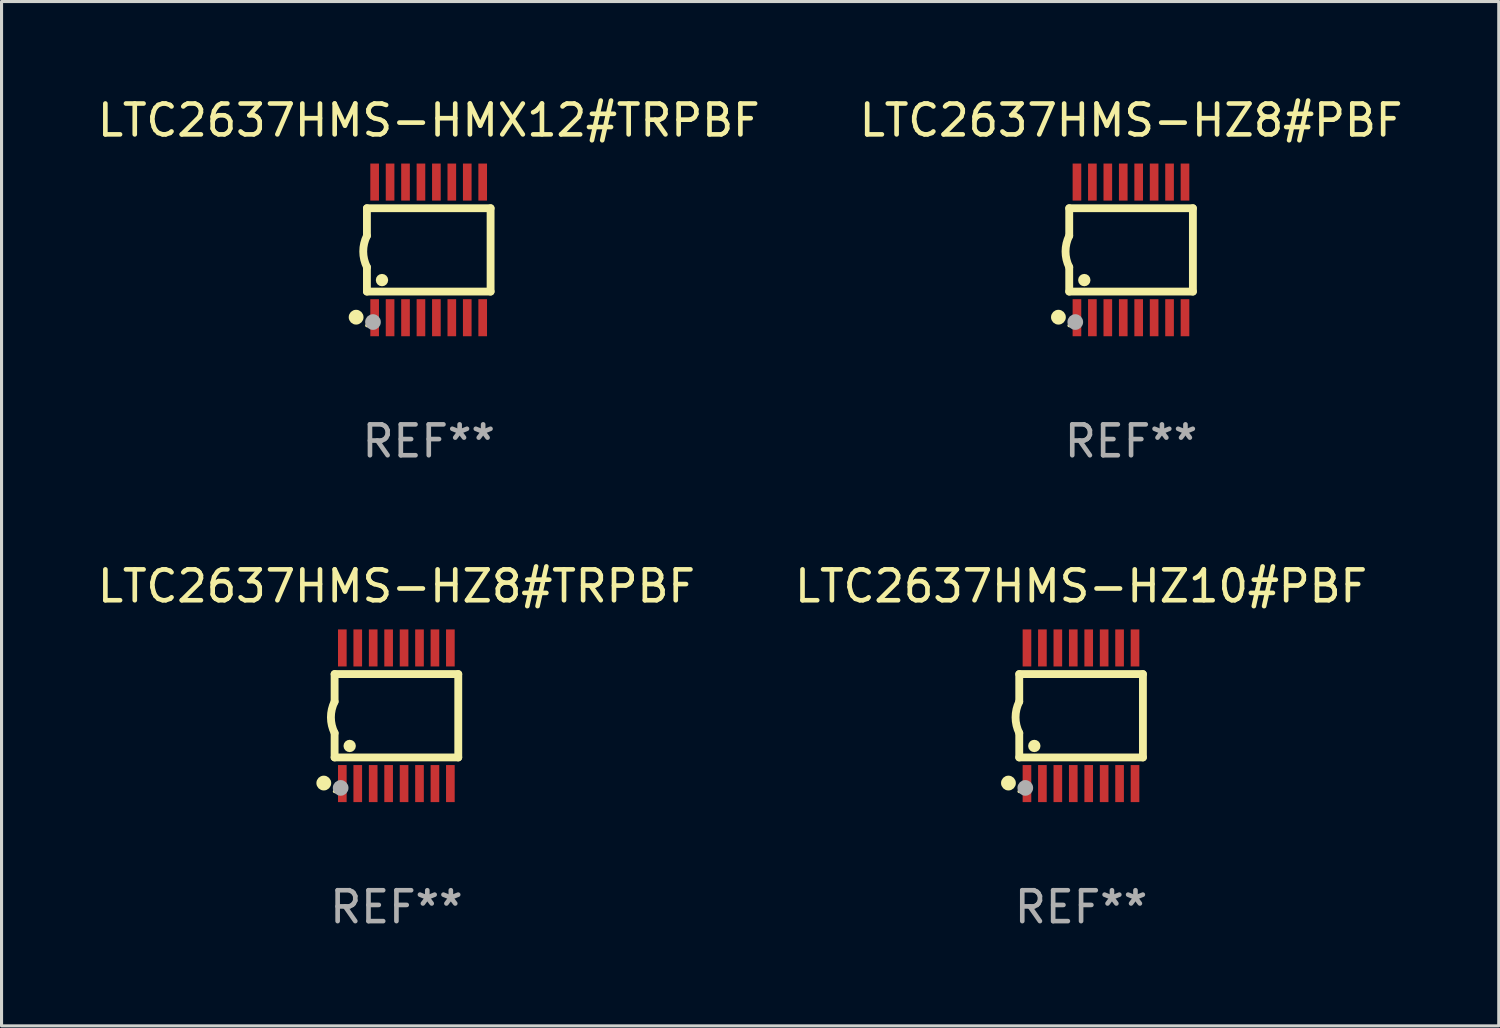
<source format=kicad_pcb>
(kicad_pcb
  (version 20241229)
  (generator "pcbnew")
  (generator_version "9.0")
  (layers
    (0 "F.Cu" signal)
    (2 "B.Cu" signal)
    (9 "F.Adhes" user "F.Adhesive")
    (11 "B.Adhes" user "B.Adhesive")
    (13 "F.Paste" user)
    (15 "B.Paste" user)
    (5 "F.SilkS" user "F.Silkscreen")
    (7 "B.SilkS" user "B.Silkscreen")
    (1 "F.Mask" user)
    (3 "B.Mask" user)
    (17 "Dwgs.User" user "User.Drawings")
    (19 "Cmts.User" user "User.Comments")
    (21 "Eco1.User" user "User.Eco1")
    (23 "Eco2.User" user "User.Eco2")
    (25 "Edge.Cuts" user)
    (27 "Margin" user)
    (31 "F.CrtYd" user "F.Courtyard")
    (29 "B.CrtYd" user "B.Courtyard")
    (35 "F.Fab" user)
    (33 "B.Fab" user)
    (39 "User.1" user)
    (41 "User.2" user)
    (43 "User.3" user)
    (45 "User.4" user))
  (footprint "LTC2637HMS-HMX12#TRPBF"
    (layer "F.Cu")
    (at 10.839 5.045)
    (property "Reference" "LTC2637HMS-HMX12#TRPBF" (at 0 -4.197 0) (layer "F.SilkS") (effects (font (size 1 1) (thickness 0.15))))
    (attr through_hole)
    (fp_line (start -2.003 -1.35) (end -2.003 -0.457) (stroke (width 0.254) (type solid)) (layer "F.SilkS"))
    (fp_line (start -2.003 -1.35) (end 2.003 -1.35) (stroke (width 0.254) (type solid)) (layer "F.SilkS"))
    (fp_line (start -2.003 1.35) (end -2.003 0.559) (stroke (width 0.254) (type solid)) (layer "F.SilkS"))
    (fp_line (start -2.003 1.35) (end 2.003 1.35) (stroke (width 0.254) (type solid)) (layer "F.SilkS"))
    (fp_line (start 2.003 -1.35) (end 2.003 1.35) (stroke (width 0.254) (type solid)) (layer "F.SilkS"))
    (fp_arc (start -2.002286 0.558802) (mid -2.122556 0.05092) (end -2.003302 -0.457201) (stroke (width 0.254001) (type solid)) (layer "F.SilkS"))
    (fp_circle (center -2.353 2.18) (end -2.233 2.18) (stroke (width 0.24) (type solid)) (fill no) (layer "F.SilkS"))
    (fp_circle (center -2.003 2.45) (end -1.973 2.45) (stroke (width 0.06) (type solid)) (fill no) (layer "F.SilkS"))
    (fp_circle (center -1.515 0.978) (end -1.415 0.978) (stroke (width 0.2) (type solid)) (fill no) (layer "F.SilkS"))
    (fp_circle (center -1.807 2.337) (end -1.68 2.337) (stroke (width 0.254) (type solid)) (fill no) (layer "F.Fab"))
    (fp_text user "REF**" (at 0 6.197 0) (layer "F.Fab") (effects (font (size 1 1) (thickness 0.15))))
    (pad "1" smd rect (at -1.753 2.197 90) (size 1.2 0.28) (layers "F.Cu" "F.Mask" "F.Paste"))
    (pad "2" smd rect (at -1.253 2.197 90) (size 1.2 0.28) (layers "F.Cu" "F.Mask" "F.Paste"))
    (pad "3" smd rect (at -0.753 2.197 90) (size 1.2 0.28) (layers "F.Cu" "F.Mask" "F.Paste"))
    (pad "4" smd rect (at -0.253 2.197 90) (size 1.2 0.28) (layers "F.Cu" "F.Mask" "F.Paste"))
    (pad "5" smd rect (at 0.247 2.197 90) (size 1.2 0.28) (layers "F.Cu" "F.Mask" "F.Paste"))
    (pad "6" smd rect (at 0.747 2.197 90) (size 1.2 0.28) (layers "F.Cu" "F.Mask" "F.Paste"))
    (pad "7" smd rect (at 1.247 2.197 90) (size 1.2 0.28) (layers "F.Cu" "F.Mask" "F.Paste"))
    (pad "8" smd rect (at 1.747 2.197 90) (size 1.2 0.28) (layers "F.Cu" "F.Mask" "F.Paste"))
    (pad "9" smd rect (at 1.747 -2.197 90) (size 1.2 0.28) (layers "F.Cu" "F.Mask" "F.Paste"))
    (pad "10" smd rect (at 1.247 -2.197 90) (size 1.2 0.28) (layers "F.Cu" "F.Mask" "F.Paste"))
    (pad "11" smd rect (at 0.747 -2.197 90) (size 1.2 0.28) (layers "F.Cu" "F.Mask" "F.Paste"))
    (pad "12" smd rect (at 0.247 -2.197 90) (size 1.2 0.28) (layers "F.Cu" "F.Mask" "F.Paste"))
    (pad "13" smd rect (at -0.253 -2.197 90) (size 1.2 0.28) (layers "F.Cu" "F.Mask" "F.Paste"))
    (pad "14" smd rect (at -0.753 -2.197 90) (size 1.2 0.28) (layers "F.Cu" "F.Mask" "F.Paste"))
    (pad "15" smd rect (at -1.253 -2.197 90) (size 1.2 0.28) (layers "F.Cu" "F.Mask" "F.Paste"))
    (pad "16" smd rect (at -1.753 -2.197 90) (size 1.2 0.28) (layers "F.Cu" "F.Mask" "F.Paste")))
  (footprint "LTC2637HMS-HZ10#PBF"
    (layer "F.Cu")
    (at 31.97 20.136)
    (property "Reference" "LTC2637HMS-HZ10#PBF" (at 0 -4.197 0) (layer "F.SilkS") (effects (font (size 1 1) (thickness 0.15))))
    (attr through_hole)
    (fp_line (start -2.003 -1.35) (end -2.003 -0.457) (stroke (width 0.254) (type solid)) (layer "F.SilkS"))
    (fp_line (start -2.003 -1.35) (end 2.003 -1.35) (stroke (width 0.254) (type solid)) (layer "F.SilkS"))
    (fp_line (start -2.003 1.35) (end -2.003 0.559) (stroke (width 0.254) (type solid)) (layer "F.SilkS"))
    (fp_line (start -2.003 1.35) (end 2.003 1.35) (stroke (width 0.254) (type solid)) (layer "F.SilkS"))
    (fp_line (start 2.003 -1.35) (end 2.003 1.35) (stroke (width 0.254) (type solid)) (layer "F.SilkS"))
    (fp_arc (start -2.002286 0.558802) (mid -2.122556 0.05092) (end -2.003302 -0.457201) (stroke (width 0.254001) (type solid)) (layer "F.SilkS"))
    (fp_circle (center -2.353 2.18) (end -2.233 2.18) (stroke (width 0.24) (type solid)) (fill no) (layer "F.SilkS"))
    (fp_circle (center -2.003 2.45) (end -1.973 2.45) (stroke (width 0.06) (type solid)) (fill no) (layer "F.SilkS"))
    (fp_circle (center -1.515 0.978) (end -1.415 0.978) (stroke (width 0.2) (type solid)) (fill no) (layer "F.SilkS"))
    (fp_circle (center -1.807 2.337) (end -1.68 2.337) (stroke (width 0.254) (type solid)) (fill no) (layer "F.Fab"))
    (fp_text user "REF**" (at 0 6.197 0) (layer "F.Fab") (effects (font (size 1 1) (thickness 0.15))))
    (pad "1" smd rect (at -1.753 2.197 90) (size 1.2 0.28) (layers "F.Cu" "F.Mask" "F.Paste"))
    (pad "2" smd rect (at -1.253 2.197 90) (size 1.2 0.28) (layers "F.Cu" "F.Mask" "F.Paste"))
    (pad "3" smd rect (at -0.753 2.197 90) (size 1.2 0.28) (layers "F.Cu" "F.Mask" "F.Paste"))
    (pad "4" smd rect (at -0.253 2.197 90) (size 1.2 0.28) (layers "F.Cu" "F.Mask" "F.Paste"))
    (pad "5" smd rect (at 0.247 2.197 90) (size 1.2 0.28) (layers "F.Cu" "F.Mask" "F.Paste"))
    (pad "6" smd rect (at 0.747 2.197 90) (size 1.2 0.28) (layers "F.Cu" "F.Mask" "F.Paste"))
    (pad "7" smd rect (at 1.247 2.197 90) (size 1.2 0.28) (layers "F.Cu" "F.Mask" "F.Paste"))
    (pad "8" smd rect (at 1.747 2.197 90) (size 1.2 0.28) (layers "F.Cu" "F.Mask" "F.Paste"))
    (pad "9" smd rect (at 1.747 -2.197 90) (size 1.2 0.28) (layers "F.Cu" "F.Mask" "F.Paste"))
    (pad "10" smd rect (at 1.247 -2.197 90) (size 1.2 0.28) (layers "F.Cu" "F.Mask" "F.Paste"))
    (pad "11" smd rect (at 0.747 -2.197 90) (size 1.2 0.28) (layers "F.Cu" "F.Mask" "F.Paste"))
    (pad "12" smd rect (at 0.247 -2.197 90) (size 1.2 0.28) (layers "F.Cu" "F.Mask" "F.Paste"))
    (pad "13" smd rect (at -0.253 -2.197 90) (size 1.2 0.28) (layers "F.Cu" "F.Mask" "F.Paste"))
    (pad "14" smd rect (at -0.753 -2.197 90) (size 1.2 0.28) (layers "F.Cu" "F.Mask" "F.Paste"))
    (pad "15" smd rect (at -1.253 -2.197 90) (size 1.2 0.28) (layers "F.Cu" "F.Mask" "F.Paste"))
    (pad "16" smd rect (at -1.753 -2.197 90) (size 1.2 0.28) (layers "F.Cu" "F.Mask" "F.Paste")))
  (footprint "LTC2637HMS-HZ8#PBF"
    (layer "F.Cu")
    (at 33.589 5.045)
    (property "Reference" "LTC2637HMS-HZ8#PBF" (at 0 -4.197 0) (layer "F.SilkS") (effects (font (size 1 1) (thickness 0.15))))
    (attr through_hole)
    (fp_line (start -2.003 -1.35) (end -2.003 -0.457) (stroke (width 0.254) (type solid)) (layer "F.SilkS"))
    (fp_line (start -2.003 -1.35) (end 2.003 -1.35) (stroke (width 0.254) (type solid)) (layer "F.SilkS"))
    (fp_line (start -2.003 1.35) (end -2.003 0.559) (stroke (width 0.254) (type solid)) (layer "F.SilkS"))
    (fp_line (start -2.003 1.35) (end 2.003 1.35) (stroke (width 0.254) (type solid)) (layer "F.SilkS"))
    (fp_line (start 2.003 -1.35) (end 2.003 1.35) (stroke (width 0.254) (type solid)) (layer "F.SilkS"))
    (fp_arc (start -2.002286 0.558802) (mid -2.122556 0.05092) (end -2.003302 -0.457201) (stroke (width 0.254001) (type solid)) (layer "F.SilkS"))
    (fp_circle (center -2.353 2.18) (end -2.233 2.18) (stroke (width 0.24) (type solid)) (fill no) (layer "F.SilkS"))
    (fp_circle (center -2.003 2.45) (end -1.973 2.45) (stroke (width 0.06) (type solid)) (fill no) (layer "F.SilkS"))
    (fp_circle (center -1.515 0.978) (end -1.415 0.978) (stroke (width 0.2) (type solid)) (fill no) (layer "F.SilkS"))
    (fp_circle (center -1.807 2.337) (end -1.68 2.337) (stroke (width 0.254) (type solid)) (fill no) (layer "F.Fab"))
    (fp_text user "REF**" (at 0 6.197 0) (layer "F.Fab") (effects (font (size 1 1) (thickness 0.15))))
    (pad "1" smd rect (at -1.753 2.197 90) (size 1.2 0.28) (layers "F.Cu" "F.Mask" "F.Paste"))
    (pad "2" smd rect (at -1.253 2.197 90) (size 1.2 0.28) (layers "F.Cu" "F.Mask" "F.Paste"))
    (pad "3" smd rect (at -0.753 2.197 90) (size 1.2 0.28) (layers "F.Cu" "F.Mask" "F.Paste"))
    (pad "4" smd rect (at -0.253 2.197 90) (size 1.2 0.28) (layers "F.Cu" "F.Mask" "F.Paste"))
    (pad "5" smd rect (at 0.247 2.197 90) (size 1.2 0.28) (layers "F.Cu" "F.Mask" "F.Paste"))
    (pad "6" smd rect (at 0.747 2.197 90) (size 1.2 0.28) (layers "F.Cu" "F.Mask" "F.Paste"))
    (pad "7" smd rect (at 1.247 2.197 90) (size 1.2 0.28) (layers "F.Cu" "F.Mask" "F.Paste"))
    (pad "8" smd rect (at 1.747 2.197 90) (size 1.2 0.28) (layers "F.Cu" "F.Mask" "F.Paste"))
    (pad "9" smd rect (at 1.747 -2.197 90) (size 1.2 0.28) (layers "F.Cu" "F.Mask" "F.Paste"))
    (pad "10" smd rect (at 1.247 -2.197 90) (size 1.2 0.28) (layers "F.Cu" "F.Mask" "F.Paste"))
    (pad "11" smd rect (at 0.747 -2.197 90) (size 1.2 0.28) (layers "F.Cu" "F.Mask" "F.Paste"))
    (pad "12" smd rect (at 0.247 -2.197 90) (size 1.2 0.28) (layers "F.Cu" "F.Mask" "F.Paste"))
    (pad "13" smd rect (at -0.253 -2.197 90) (size 1.2 0.28) (layers "F.Cu" "F.Mask" "F.Paste"))
    (pad "14" smd rect (at -0.753 -2.197 90) (size 1.2 0.28) (layers "F.Cu" "F.Mask" "F.Paste"))
    (pad "15" smd rect (at -1.253 -2.197 90) (size 1.2 0.28) (layers "F.Cu" "F.Mask" "F.Paste"))
    (pad "16" smd rect (at -1.753 -2.197 90) (size 1.2 0.28) (layers "F.Cu" "F.Mask" "F.Paste")))
  (footprint "LTC2637HMS-HZ8#TRPBF"
    (layer "F.Cu")
    (at 9.792 20.136)
    (property "Reference" "LTC2637HMS-HZ8#TRPBF" (at 0 -4.197 0) (layer "F.SilkS") (effects (font (size 1 1) (thickness 0.15))))
    (attr through_hole)
    (fp_line (start -2.003 -1.35) (end -2.003 -0.457) (stroke (width 0.254) (type solid)) (layer "F.SilkS"))
    (fp_line (start -2.003 -1.35) (end 2.003 -1.35) (stroke (width 0.254) (type solid)) (layer "F.SilkS"))
    (fp_line (start -2.003 1.35) (end -2.003 0.559) (stroke (width 0.254) (type solid)) (layer "F.SilkS"))
    (fp_line (start -2.003 1.35) (end 2.003 1.35) (stroke (width 0.254) (type solid)) (layer "F.SilkS"))
    (fp_line (start 2.003 -1.35) (end 2.003 1.35) (stroke (width 0.254) (type solid)) (layer "F.SilkS"))
    (fp_arc (start -2.002286 0.558802) (mid -2.122556 0.05092) (end -2.003302 -0.457201) (stroke (width 0.254001) (type solid)) (layer "F.SilkS"))
    (fp_circle (center -2.353 2.18) (end -2.233 2.18) (stroke (width 0.24) (type solid)) (fill no) (layer "F.SilkS"))
    (fp_circle (center -2.003 2.45) (end -1.973 2.45) (stroke (width 0.06) (type solid)) (fill no) (layer "F.SilkS"))
    (fp_circle (center -1.515 0.978) (end -1.415 0.978) (stroke (width 0.2) (type solid)) (fill no) (layer "F.SilkS"))
    (fp_circle (center -1.807 2.337) (end -1.68 2.337) (stroke (width 0.254) (type solid)) (fill no) (layer "F.Fab"))
    (fp_text user "REF**" (at 0 6.197 0) (layer "F.Fab") (effects (font (size 1 1) (thickness 0.15))))
    (pad "1" smd rect (at -1.753 2.197 90) (size 1.2 0.28) (layers "F.Cu" "F.Mask" "F.Paste"))
    (pad "2" smd rect (at -1.253 2.197 90) (size 1.2 0.28) (layers "F.Cu" "F.Mask" "F.Paste"))
    (pad "3" smd rect (at -0.753 2.197 90) (size 1.2 0.28) (layers "F.Cu" "F.Mask" "F.Paste"))
    (pad "4" smd rect (at -0.253 2.197 90) (size 1.2 0.28) (layers "F.Cu" "F.Mask" "F.Paste"))
    (pad "5" smd rect (at 0.247 2.197 90) (size 1.2 0.28) (layers "F.Cu" "F.Mask" "F.Paste"))
    (pad "6" smd rect (at 0.747 2.197 90) (size 1.2 0.28) (layers "F.Cu" "F.Mask" "F.Paste"))
    (pad "7" smd rect (at 1.247 2.197 90) (size 1.2 0.28) (layers "F.Cu" "F.Mask" "F.Paste"))
    (pad "8" smd rect (at 1.747 2.197 90) (size 1.2 0.28) (layers "F.Cu" "F.Mask" "F.Paste"))
    (pad "9" smd rect (at 1.747 -2.197 90) (size 1.2 0.28) (layers "F.Cu" "F.Mask" "F.Paste"))
    (pad "10" smd rect (at 1.247 -2.197 90) (size 1.2 0.28) (layers "F.Cu" "F.Mask" "F.Paste"))
    (pad "11" smd rect (at 0.747 -2.197 90) (size 1.2 0.28) (layers "F.Cu" "F.Mask" "F.Paste"))
    (pad "12" smd rect (at 0.247 -2.197 90) (size 1.2 0.28) (layers "F.Cu" "F.Mask" "F.Paste"))
    (pad "13" smd rect (at -0.253 -2.197 90) (size 1.2 0.28) (layers "F.Cu" "F.Mask" "F.Paste"))
    (pad "14" smd rect (at -0.753 -2.197 90) (size 1.2 0.28) (layers "F.Cu" "F.Mask" "F.Paste"))
    (pad "15" smd rect (at -1.253 -2.197 90) (size 1.2 0.28) (layers "F.Cu" "F.Mask" "F.Paste"))
    (pad "16" smd rect (at -1.753 -2.197 90) (size 1.2 0.28) (layers "F.Cu" "F.Mask" "F.Paste")))
  (gr_rect
    (start -3 -3)
    (end 45.5 30.181)
    (stroke (width 0.1) (type default))
    (fill no)
    (layer "Edge.Cuts")))
</source>
